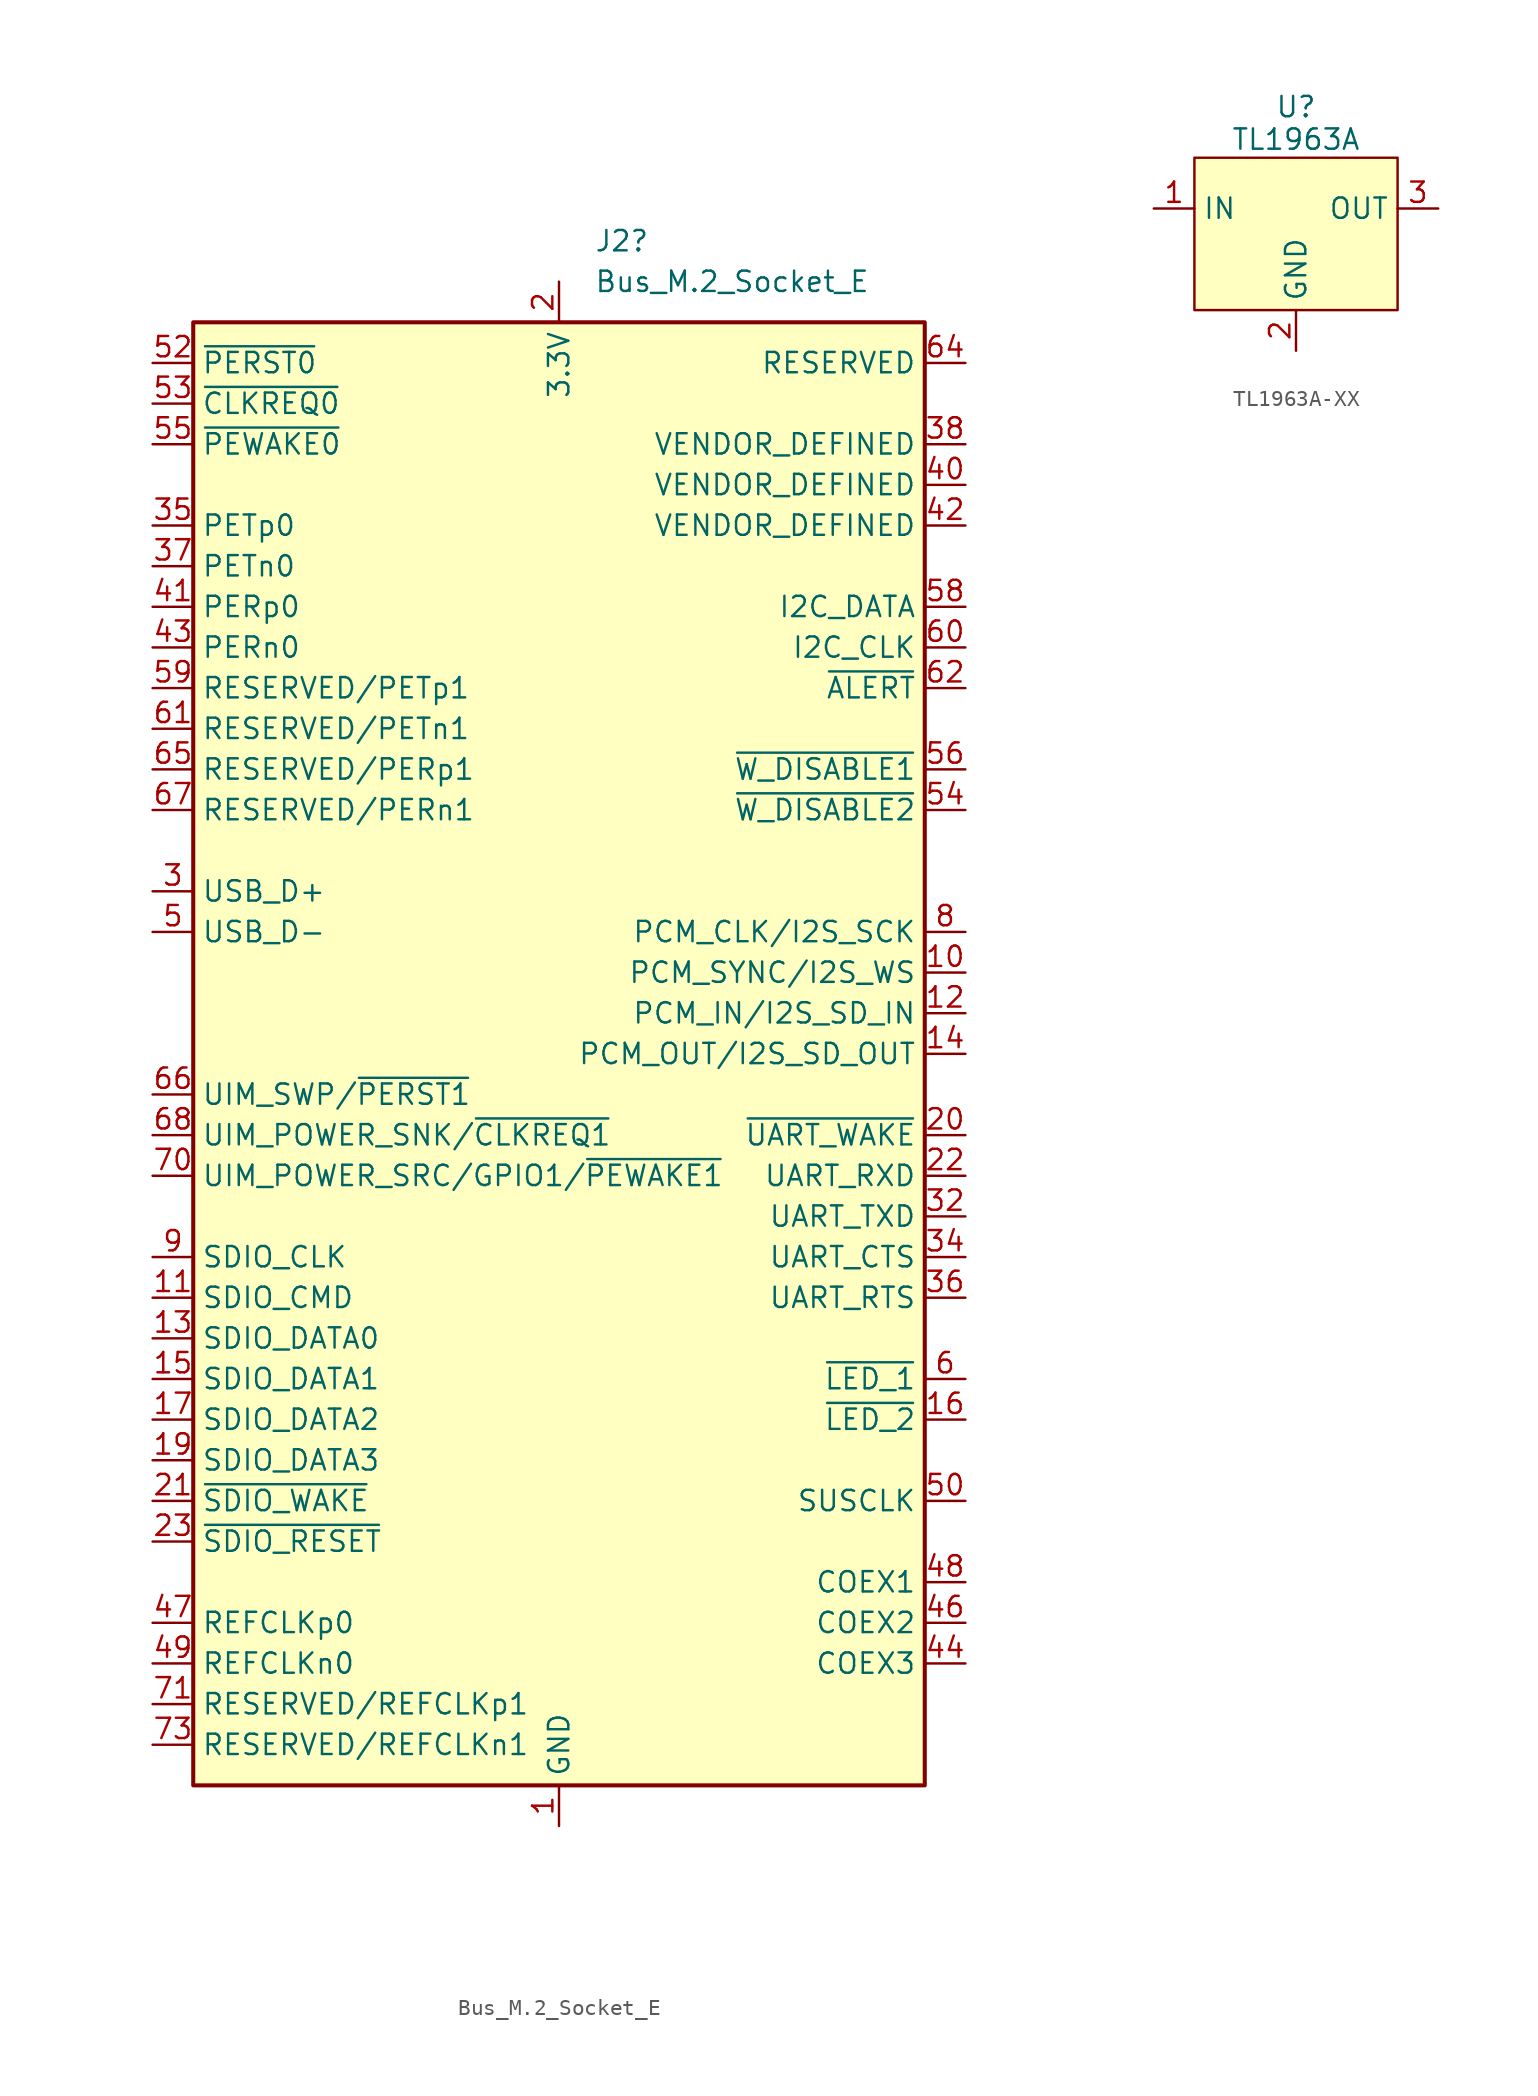
<source format=kicad_sym>
(kicad_symbol_lib
  (version 20231120)
  (generator "kicad_symbol_editor")
  (generator_version "8.0")
  (symbol "Bus_M.2_Socket_E"
    (property "Reference" "J2"
      (at 2.194 50.8 0)
      (effects (font (size 1.27 1.27)) (justify left)))
    (property "Value" "Bus_M.2_Socket_E"
      (at 2.194 48.26 0)
      (effects (font (size 1.27 1.27)) (justify left)))
    (symbol "Bus_M.2_Socket_E_0_1"
      (rectangle (start -22.86 45.72) (end 22.86 -45.72) (stroke (width 0.254) (type default)) (fill (type background))))
    (symbol "Bus_M.2_Socket_E_1_1"
      (pin power_in line (at 0 -48.26 90) (length 2.54) (name "GND" (effects (font (size 1.27 1.27)))) (number "1" (effects (font (size 1.27 1.27)))))
      (pin bidirectional line (at 25.4 5.08 180) (length 2.54) (name "PCM_SYNC/I2S_WS" (effects (font (size 1.27 1.27)))) (number "10" (effects (font (size 1.27 1.27)))))
      (pin bidirectional line (at -25.4 -15.24 0) (length 2.54) (name "SDIO_CMD" (effects (font (size 1.27 1.27)))) (number "11" (effects (font (size 1.27 1.27)))))
      (pin input line (at 25.4 2.54 180) (length 2.54) (name "PCM_IN/I2S_SD_IN" (effects (font (size 1.27 1.27)))) (number "12" (effects (font (size 1.27 1.27)))))
      (pin bidirectional line (at -25.4 -17.78 0) (length 2.54) (name "SDIO_DATA0" (effects (font (size 1.27 1.27)))) (number "13" (effects (font (size 1.27 1.27)))))
      (pin output line (at 25.4 0 180) (length 2.54) (name "PCM_OUT/I2S_SD_OUT" (effects (font (size 1.27 1.27)))) (number "14" (effects (font (size 1.27 1.27)))))
      (pin bidirectional line (at -25.4 -20.32 0) (length 2.54) (name "SDIO_DATA1" (effects (font (size 1.27 1.27)))) (number "15" (effects (font (size 1.27 1.27)))))
      (pin open_collector line (at 25.4 -22.86 180) (length 2.54) (name "~{LED_2}" (effects (font (size 1.27 1.27)))) (number "16" (effects (font (size 1.27 1.27)))))
      (pin bidirectional line (at -25.4 -22.86 0) (length 2.54) (name "SDIO_DATA2" (effects (font (size 1.27 1.27)))) (number "17" (effects (font (size 1.27 1.27)))))
      (pin passive line (at 0 -48.26 90) (length 2.54) hide (name "GND" (effects (font (size 1.27 1.27)))) (number "18" (effects (font (size 1.27 1.27)))))
      (pin bidirectional line (at -25.4 -25.4 0) (length 2.54) (name "SDIO_DATA3" (effects (font (size 1.27 1.27)))) (number "19" (effects (font (size 1.27 1.27)))))
      (pin power_in line (at 0 48.26 270) (length 2.54) (name "3.3V" (effects (font (size 1.27 1.27)))) (number "2" (effects (font (size 1.27 1.27)))))
      (pin input line (at 25.4 -5.08 180) (length 2.54) (name "~{UART_WAKE}" (effects (font (size 1.27 1.27)))) (number "20" (effects (font (size 1.27 1.27)))))
      (pin input line (at -25.4 -27.94 0) (length 2.54) (name "~{SDIO_WAKE}" (effects (font (size 1.27 1.27)))) (number "21" (effects (font (size 1.27 1.27)))))
      (pin input line (at 25.4 -7.62 180) (length 2.54) (name "UART_RXD" (effects (font (size 1.27 1.27)))) (number "22" (effects (font (size 1.27 1.27)))))
      (pin output line (at -25.4 -30.48 0) (length 2.54) (name "~{SDIO_RESET}" (effects (font (size 1.27 1.27)))) (number "23" (effects (font (size 1.27 1.27)))))
      (pin bidirectional line (at -25.4 10.16 0) (length 2.54) (name "USB_D+" (effects (font (size 1.27 1.27)))) (number "3" (effects (font (size 1.27 1.27)))))
      (pin output line (at 25.4 -10.16 180) (length 2.54) (name "UART_TXD" (effects (font (size 1.27 1.27)))) (number "32" (effects (font (size 1.27 1.27)))))
      (pin passive line (at 0 -48.26 90) (length 2.54) hide (name "GND" (effects (font (size 1.27 1.27)))) (number "33" (effects (font (size 1.27 1.27)))))
      (pin input line (at 25.4 -12.7 180) (length 2.54) (name "UART_CTS" (effects (font (size 1.27 1.27)))) (number "34" (effects (font (size 1.27 1.27)))))
      (pin output line (at -25.4 33.02 0) (length 2.54) (name "PETp0" (effects (font (size 1.27 1.27)))) (number "35" (effects (font (size 1.27 1.27)))))
      (pin output line (at 25.4 -15.24 180) (length 2.54) (name "UART_RTS" (effects (font (size 1.27 1.27)))) (number "36" (effects (font (size 1.27 1.27)))))
      (pin output line (at -25.4 30.48 0) (length 2.54) (name "PETn0" (effects (font (size 1.27 1.27)))) (number "37" (effects (font (size 1.27 1.27)))))
      (pin passive line (at 25.4 38.1 180) (length 2.54) (name "VENDOR_DEFINED" (effects (font (size 1.27 1.27)))) (number "38" (effects (font (size 1.27 1.27)))))
      (pin passive line (at 0 -48.26 90) (length 2.54) hide (name "GND" (effects (font (size 1.27 1.27)))) (number "39" (effects (font (size 1.27 1.27)))))
      (pin passive line (at 0 48.26 270) (length 2.54) hide (name "3.3V" (effects (font (size 1.27 1.27)))) (number "4" (effects (font (size 1.27 1.27)))))
      (pin passive line (at 25.4 35.56 180) (length 2.54) (name "VENDOR_DEFINED" (effects (font (size 1.27 1.27)))) (number "40" (effects (font (size 1.27 1.27)))))
      (pin input line (at -25.4 27.94 0) (length 2.54) (name "PERp0" (effects (font (size 1.27 1.27)))) (number "41" (effects (font (size 1.27 1.27)))))
      (pin passive line (at 25.4 33.02 180) (length 2.54) (name "VENDOR_DEFINED" (effects (font (size 1.27 1.27)))) (number "42" (effects (font (size 1.27 1.27)))))
      (pin input line (at -25.4 25.4 0) (length 2.54) (name "PERn0" (effects (font (size 1.27 1.27)))) (number "43" (effects (font (size 1.27 1.27)))))
      (pin bidirectional line (at 25.4 -38.1 180) (length 2.54) (name "COEX3" (effects (font (size 1.27 1.27)))) (number "44" (effects (font (size 1.27 1.27)))))
      (pin passive line (at 0 -48.26 90) (length 2.54) hide (name "GND" (effects (font (size 1.27 1.27)))) (number "45" (effects (font (size 1.27 1.27)))))
      (pin bidirectional line (at 25.4 -35.56 180) (length 2.54) (name "COEX2" (effects (font (size 1.27 1.27)))) (number "46" (effects (font (size 1.27 1.27)))))
      (pin output line (at -25.4 -35.56 0) (length 2.54) (name "REFCLKp0" (effects (font (size 1.27 1.27)))) (number "47" (effects (font (size 1.27 1.27)))))
      (pin bidirectional line (at 25.4 -33.02 180) (length 2.54) (name "COEX1" (effects (font (size 1.27 1.27)))) (number "48" (effects (font (size 1.27 1.27)))))
      (pin output line (at -25.4 -38.1 0) (length 2.54) (name "REFCLKn0" (effects (font (size 1.27 1.27)))) (number "49" (effects (font (size 1.27 1.27)))))
      (pin bidirectional line (at -25.4 7.62 0) (length 2.54) (name "USB_D-" (effects (font (size 1.27 1.27)))) (number "5" (effects (font (size 1.27 1.27)))))
      (pin output line (at 25.4 -27.94 180) (length 2.54) (name "SUSCLK" (effects (font (size 1.27 1.27)))) (number "50" (effects (font (size 1.27 1.27)))))
      (pin passive line (at 0 -48.26 90) (length 2.54) hide (name "GND" (effects (font (size 1.27 1.27)))) (number "51" (effects (font (size 1.27 1.27)))))
      (pin output line (at -25.4 43.18 0) (length 2.54) (name "~{PERST0}" (effects (font (size 1.27 1.27)))) (number "52" (effects (font (size 1.27 1.27)))))
      (pin bidirectional line (at -25.4 40.64 0) (length 2.54) (name "~{CLKREQ0}" (effects (font (size 1.27 1.27)))) (number "53" (effects (font (size 1.27 1.27)))))
      (pin output line (at 25.4 15.24 180) (length 2.54) (name "~{W_DISABLE2}" (effects (font (size 1.27 1.27)))) (number "54" (effects (font (size 1.27 1.27)))))
      (pin bidirectional line (at -25.4 38.1 0) (length 2.54) (name "~{PEWAKE0}" (effects (font (size 1.27 1.27)))) (number "55" (effects (font (size 1.27 1.27)))))
      (pin output line (at 25.4 17.78 180) (length 2.54) (name "~{W_DISABLE1}" (effects (font (size 1.27 1.27)))) (number "56" (effects (font (size 1.27 1.27)))))
      (pin passive line (at 0 -48.26 90) (length 2.54) hide (name "GND" (effects (font (size 1.27 1.27)))) (number "57" (effects (font (size 1.27 1.27)))))
      (pin bidirectional line (at 25.4 27.94 180) (length 2.54) (name "I2C_DATA" (effects (font (size 1.27 1.27)))) (number "58" (effects (font (size 1.27 1.27)))))
      (pin output line (at -25.4 22.86 0) (length 2.54) (name "RESERVED/PETp1" (effects (font (size 1.27 1.27)))) (number "59" (effects (font (size 1.27 1.27)))))
      (pin open_collector line (at 25.4 -20.32 180) (length 2.54) (name "~{LED_1}" (effects (font (size 1.27 1.27)))) (number "6" (effects (font (size 1.27 1.27)))))
      (pin output line (at 25.4 25.4 180) (length 2.54) (name "I2C_CLK" (effects (font (size 1.27 1.27)))) (number "60" (effects (font (size 1.27 1.27)))))
      (pin output line (at -25.4 20.32 0) (length 2.54) (name "RESERVED/PETn1" (effects (font (size 1.27 1.27)))) (number "61" (effects (font (size 1.27 1.27)))))
      (pin input line (at 25.4 22.86 180) (length 2.54) (name "~{ALERT}" (effects (font (size 1.27 1.27)))) (number "62" (effects (font (size 1.27 1.27)))))
      (pin passive line (at 0 -48.26 90) (length 2.54) hide (name "GND" (effects (font (size 1.27 1.27)))) (number "63" (effects (font (size 1.27 1.27)))))
      (pin passive line (at 25.4 43.18 180) (length 2.54) (name "RESERVED" (effects (font (size 1.27 1.27)))) (number "64" (effects (font (size 1.27 1.27)))))
      (pin input line (at -25.4 17.78 0) (length 2.54) (name "RESERVED/PERp1" (effects (font (size 1.27 1.27)))) (number "65" (effects (font (size 1.27 1.27)))))
      (pin output line (at -25.4 -2.54 0) (length 2.54) (name "UIM_SWP/~{PERST1}" (effects (font (size 1.27 1.27)))) (number "66" (effects (font (size 1.27 1.27)))))
      (pin input line (at -25.4 15.24 0) (length 2.54) (name "RESERVED/PERn1" (effects (font (size 1.27 1.27)))) (number "67" (effects (font (size 1.27 1.27)))))
      (pin bidirectional line (at -25.4 -5.08 0) (length 2.54) (name "UIM_POWER_SNK/~{CLKREQ1}" (effects (font (size 1.27 1.27)))) (number "68" (effects (font (size 1.27 1.27)))))
      (pin passive line (at 0 -48.26 90) (length 2.54) hide (name "GND" (effects (font (size 1.27 1.27)))) (number "69" (effects (font (size 1.27 1.27)))))
      (pin passive line (at 0 -48.26 90) (length 2.54) hide (name "GND" (effects (font (size 1.27 1.27)))) (number "7" (effects (font (size 1.27 1.27)))))
      (pin bidirectional line (at -25.4 -7.62 0) (length 2.54) (name "UIM_POWER_SRC/GPIO1/~{PEWAKE1}" (effects (font (size 1.27 1.27)))) (number "70" (effects (font (size 1.27 1.27)))))
      (pin output line (at -25.4 -40.64 0) (length 2.54) (name "RESERVED/REFCLKp1" (effects (font (size 1.27 1.27)))) (number "71" (effects (font (size 1.27 1.27)))))
      (pin passive line (at 0 48.26 270) (length 2.54) hide (name "3.3V" (effects (font (size 1.27 1.27)))) (number "72" (effects (font (size 1.27 1.27)))))
      (pin output line (at -25.4 -43.18 0) (length 2.54) (name "RESERVED/REFCLKn1" (effects (font (size 1.27 1.27)))) (number "73" (effects (font (size 1.27 1.27)))))
      (pin passive line (at 0 48.26 270) (length 2.54) hide (name "3.3V" (effects (font (size 1.27 1.27)))) (number "74" (effects (font (size 1.27 1.27)))))
      (pin passive line (at 0 -48.26 90) (length 2.54) hide (name "GND" (effects (font (size 1.27 1.27)))) (number "75" (effects (font (size 1.27 1.27)))))
      (pin bidirectional line (at 25.4 7.62 180) (length 2.54) (name "PCM_CLK/I2S_SCK" (effects (font (size 1.27 1.27)))) (number "8" (effects (font (size 1.27 1.27)))))
      (pin output line (at -25.4 -12.7 0) (length 2.54) (name "SDIO_CLK" (effects (font (size 1.27 1.27)))) (number "9" (effects (font (size 1.27 1.27)))))
      (pin passive line (at 25.4 -43.18 180) (length 2.54) hide (name "S1" (effects (font (size 1.27 1.27)))) (number "S1" (effects (font (size 1.27 1.27)))))
      (pin passive line (at 25.4 -43.18 180) (length 2.54) hide (name "S2" (effects (font (size 1.27 1.27)))) (number "S2" (effects (font (size 1.27 1.27)))))))
  (symbol "TL1963A-XX"
    (property "Reference" "U"
      (at 0 6.35 0)
      (do_not_autoplace)
      (effects (font (size 1.27 1.27))))
    (property "Value" "TL1963A"
      (at 0 4.318 0)
      (do_not_autoplace)
      (effects (font (size 1.27 1.27))))
    (symbol "TL1963A-XX_1_1"
      (rectangle (start -6.35 3.175) (end 6.35 -6.35) (stroke (width 0) (type default)) (fill (type background)))
      (pin power_in line (at -8.89 0 0) (length 2.54) (name "IN" (effects (font (size 1.27 1.27)))) (number "1" (effects (font (size 1.27 1.27)))))
      (pin passive line (at 0 -8.89 90) (length 2.54) (name "GND" (effects (font (size 1.27 1.27)))) (number "2" (effects (font (size 1.27 1.27)))))
      (pin power_out line (at 8.89 0 180) (length 2.54) (name "OUT" (effects (font (size 1.27 1.27)))) (number "3" (effects (font (size 1.27 1.27)))))
      (pin passive line (at 0 -8.89 90) (length 2.54) hide (name "GND" (effects (font (size 1.27 1.27)))) (number "4" (effects (font (size 1.27 1.27))))))))
</source>
